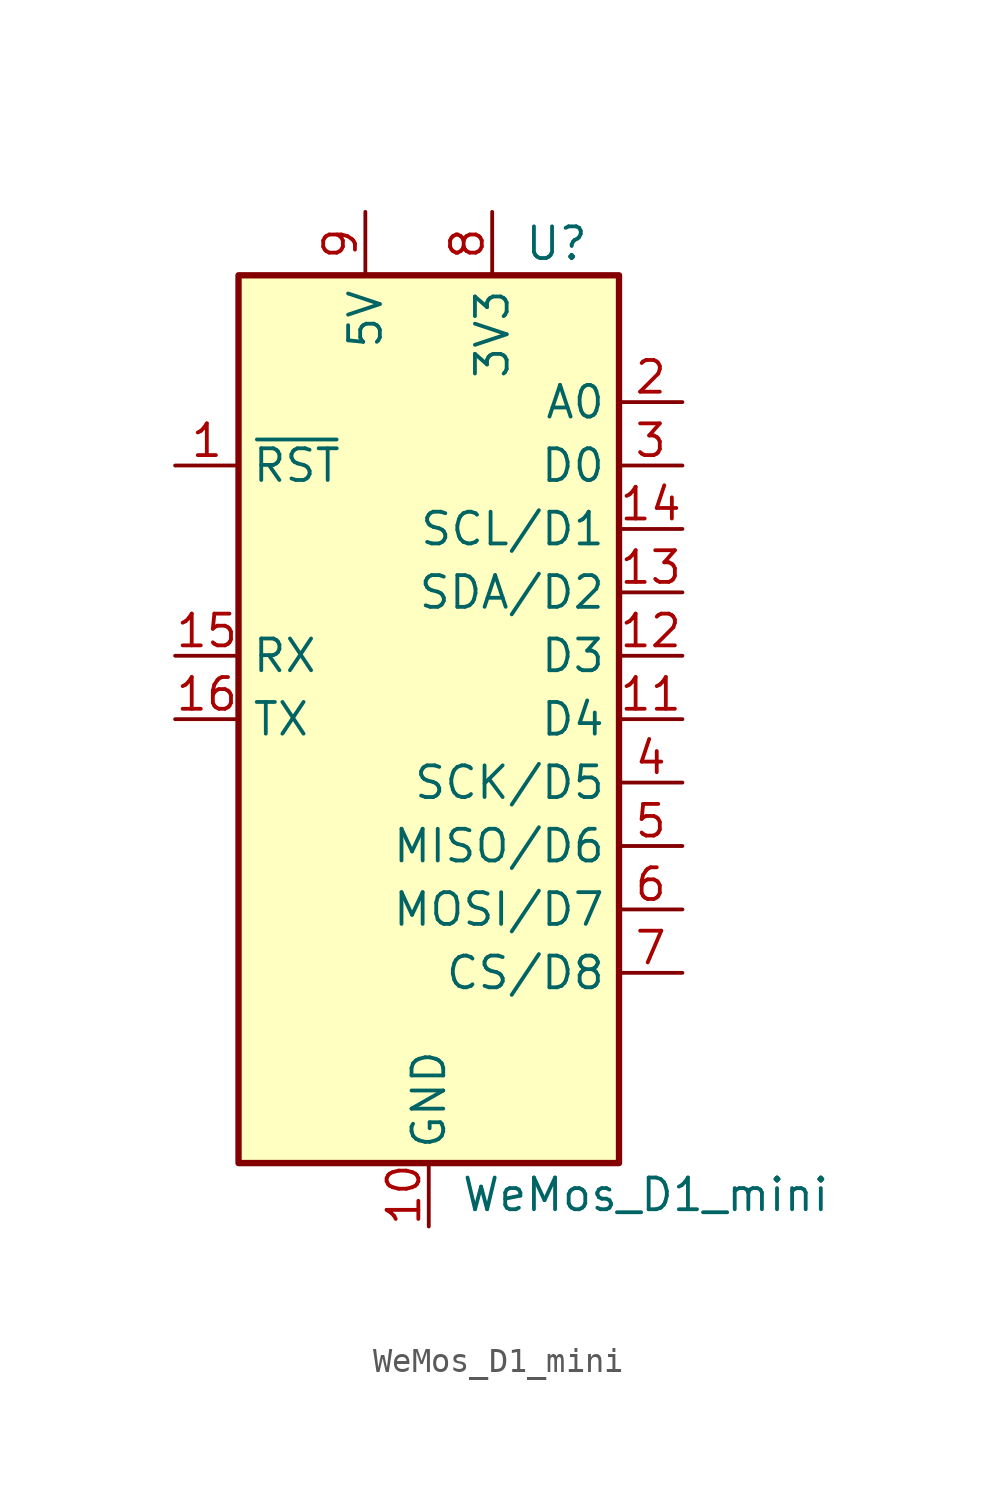
<source format=kicad_sym>
(kicad_symbol_lib
  (version 20231120)
  (generator "kicad_symbol_editor")
  (generator_version "8.0")
  (symbol "WeMos_D1_mini"
    (property "Reference" "U"
      (at 3.81 19.05 0)
      (effects (font (size 1.27 1.27)) (justify left)))
    (property "Value" "WeMos_D1_mini"
      (at 1.27 -19.05 0)
      (effects (font (size 1.27 1.27)) (justify left)))
    (symbol "WeMos_D1_mini_1_1"
      (rectangle (start -7.62 17.78) (end 7.62 -17.78) (stroke (width 0.254) (type default)) (fill (type background)))
      (pin input line (at -10.16 10.16 0) (length 2.54) (name "~{RST}" (effects (font (size 1.27 1.27)))) (number "1" (effects (font (size 1.27 1.27)))))
      (pin power_in line (at 0 -20.32 90) (length 2.54) (name "GND" (effects (font (size 1.27 1.27)))) (number "10" (effects (font (size 1.27 1.27)))))
      (pin bidirectional line (at 10.16 0 180) (length 2.54) (name "D4" (effects (font (size 1.27 1.27)))) (number "11" (effects (font (size 1.27 1.27)))))
      (pin bidirectional line (at 10.16 2.54 180) (length 2.54) (name "D3" (effects (font (size 1.27 1.27)))) (number "12" (effects (font (size 1.27 1.27)))))
      (pin bidirectional line (at 10.16 5.08 180) (length 2.54) (name "SDA/D2" (effects (font (size 1.27 1.27)))) (number "13" (effects (font (size 1.27 1.27)))))
      (pin bidirectional line (at 10.16 7.62 180) (length 2.54) (name "SCL/D1" (effects (font (size 1.27 1.27)))) (number "14" (effects (font (size 1.27 1.27)))))
      (pin input line (at -10.16 2.54 0) (length 2.54) (name "RX" (effects (font (size 1.27 1.27)))) (number "15" (effects (font (size 1.27 1.27)))))
      (pin output line (at -10.16 0 0) (length 2.54) (name "TX" (effects (font (size 1.27 1.27)))) (number "16" (effects (font (size 1.27 1.27)))))
      (pin input line (at 10.16 12.7 180) (length 2.54) (name "A0" (effects (font (size 1.27 1.27)))) (number "2" (effects (font (size 1.27 1.27)))))
      (pin bidirectional line (at 10.16 10.16 180) (length 2.54) (name "D0" (effects (font (size 1.27 1.27)))) (number "3" (effects (font (size 1.27 1.27)))))
      (pin bidirectional line (at 10.16 -2.54 180) (length 2.54) (name "SCK/D5" (effects (font (size 1.27 1.27)))) (number "4" (effects (font (size 1.27 1.27)))))
      (pin bidirectional line (at 10.16 -5.08 180) (length 2.54) (name "MISO/D6" (effects (font (size 1.27 1.27)))) (number "5" (effects (font (size 1.27 1.27)))))
      (pin bidirectional line (at 10.16 -7.62 180) (length 2.54) (name "MOSI/D7" (effects (font (size 1.27 1.27)))) (number "6" (effects (font (size 1.27 1.27)))))
      (pin bidirectional line (at 10.16 -10.16 180) (length 2.54) (name "CS/D8" (effects (font (size 1.27 1.27)))) (number "7" (effects (font (size 1.27 1.27)))))
      (pin power_out line (at 2.54 20.32 270) (length 2.54) (name "3V3" (effects (font (size 1.27 1.27)))) (number "8" (effects (font (size 1.27 1.27)))))
      (pin power_in line (at -2.54 20.32 270) (length 2.54) (name "5V" (effects (font (size 1.27 1.27)))) (number "9" (effects (font (size 1.27 1.27))))))))
</source>
